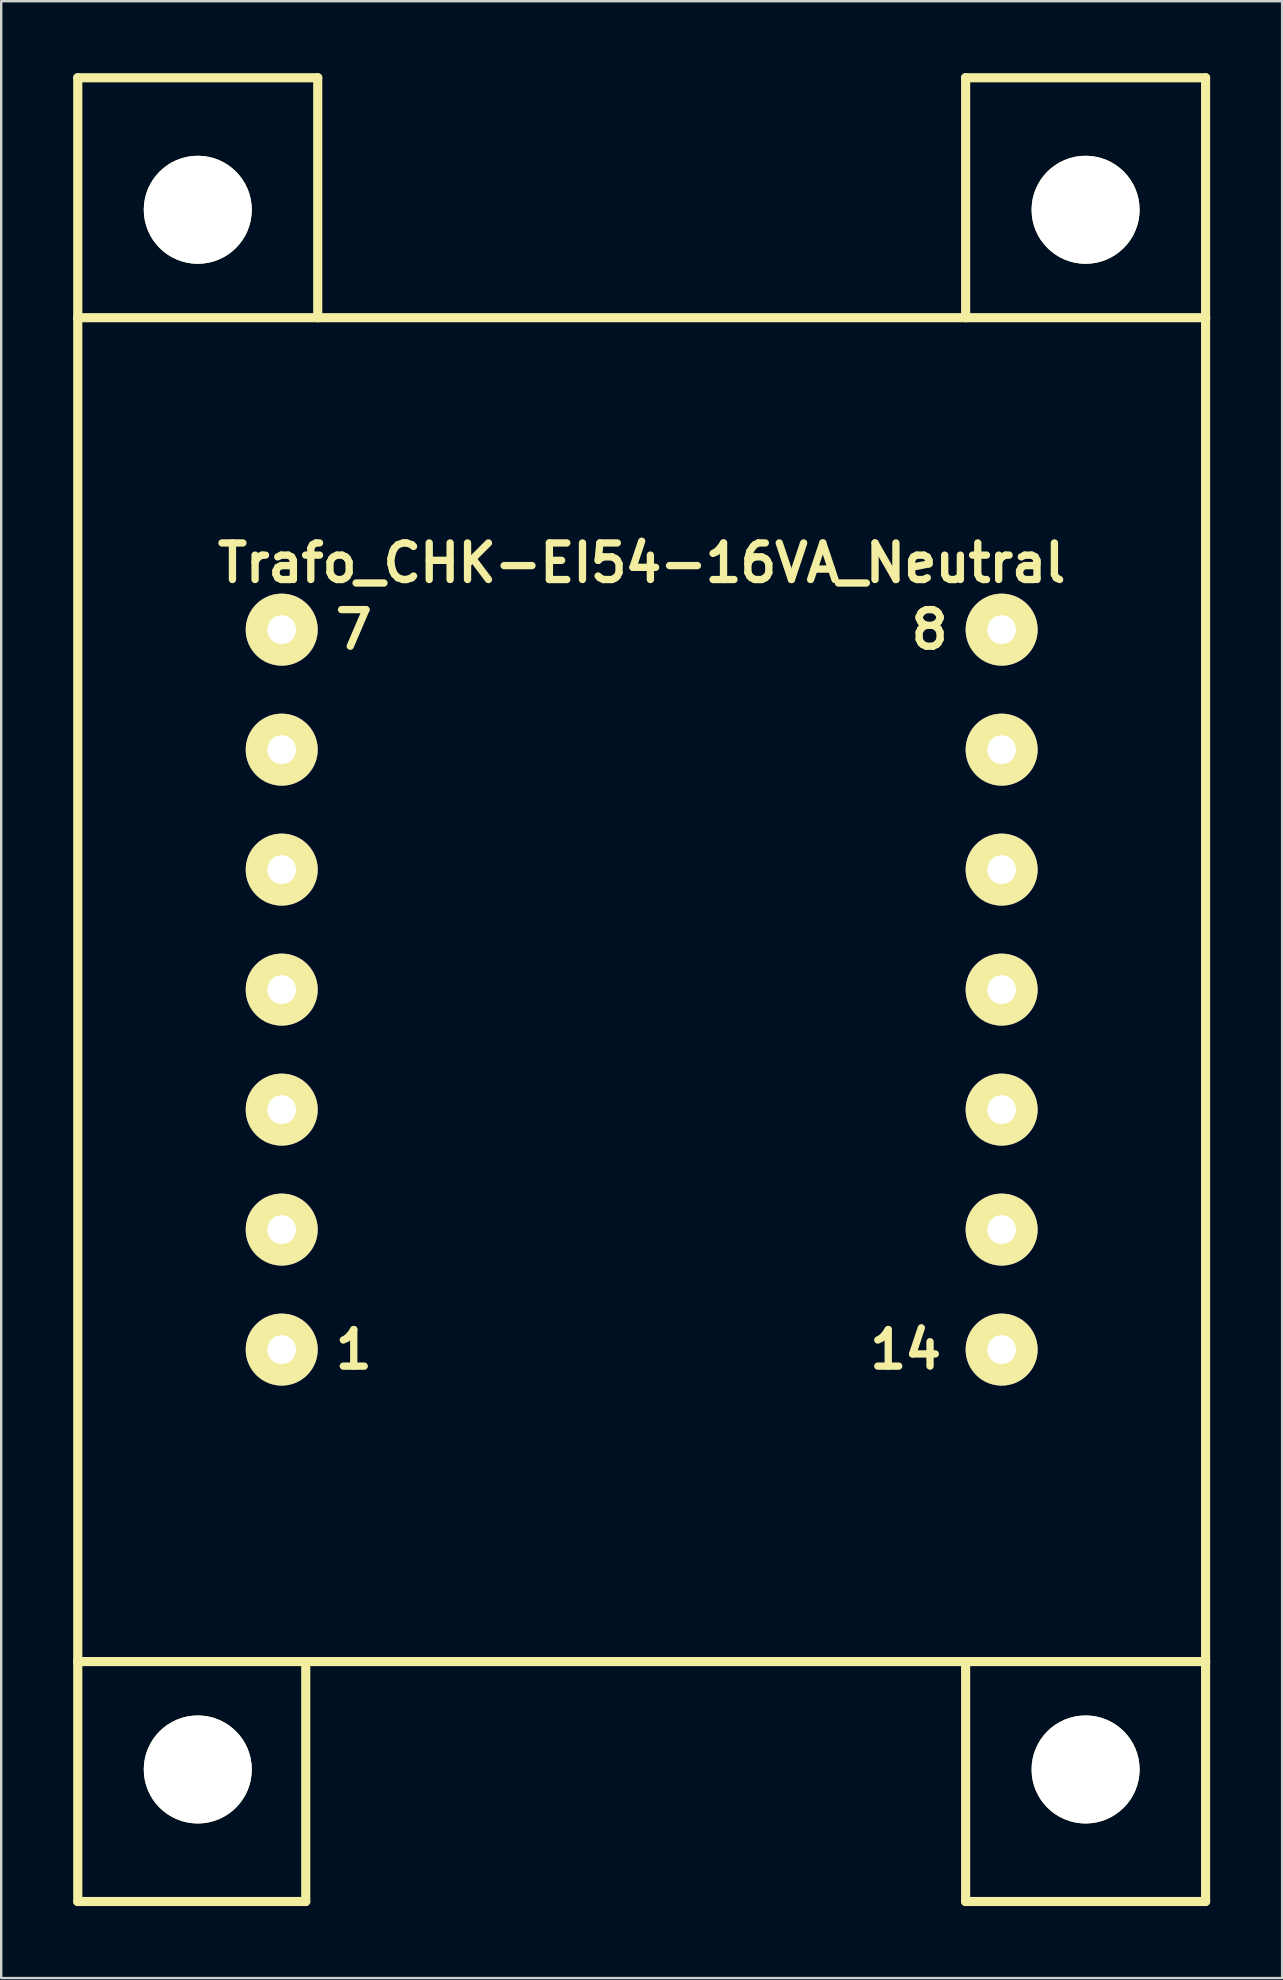
<source format=kicad_pcb>
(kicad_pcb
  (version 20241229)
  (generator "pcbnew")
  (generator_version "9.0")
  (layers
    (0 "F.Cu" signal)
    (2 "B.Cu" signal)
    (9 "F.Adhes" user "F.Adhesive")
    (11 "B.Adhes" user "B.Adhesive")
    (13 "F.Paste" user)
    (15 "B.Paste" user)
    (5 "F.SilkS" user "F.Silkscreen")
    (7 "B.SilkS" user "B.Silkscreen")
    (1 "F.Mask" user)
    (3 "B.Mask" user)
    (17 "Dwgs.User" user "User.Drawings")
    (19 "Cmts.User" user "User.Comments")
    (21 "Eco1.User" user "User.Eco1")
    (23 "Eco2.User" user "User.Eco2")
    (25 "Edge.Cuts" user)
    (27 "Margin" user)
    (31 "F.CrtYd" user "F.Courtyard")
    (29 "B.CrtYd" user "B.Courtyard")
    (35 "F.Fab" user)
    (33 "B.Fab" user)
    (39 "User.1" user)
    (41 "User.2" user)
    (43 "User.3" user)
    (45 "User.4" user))
  (footprint "Trafo_CHK-EI54-16VA_Neutral"
    (layer "F.Cu")
    (at 23.691 38.191)
    (property "Reference" "Trafo_CHK-EI54-16VA_Neutral" (at 0 -17.78 0) (layer "F.SilkS") (effects (font (size 1.524 1.524) (thickness 0.305))))
    (attr through_hole)
    (fp_line (start -23.5 -38.001) (end -13.5 -38.001) (stroke (width 0.381) (type solid)) (layer "F.SilkS"))
    (fp_line (start -23.5 -28.001) (end -23.5 -38.001) (stroke (width 0.381) (type solid)) (layer "F.SilkS"))
    (fp_line (start -23.5 -28.001) (end -23.5 28.001) (stroke (width 0.381) (type solid)) (layer "F.SilkS"))
    (fp_line (start -23.5 28.001) (end -23.5 38.001) (stroke (width 0.381) (type solid)) (layer "F.SilkS"))
    (fp_line (start -23.5 28.001) (end 23.5 28.001) (stroke (width 0.381) (type solid)) (layer "F.SilkS"))
    (fp_line (start -23.5 38.001) (end -14 38.001) (stroke (width 0.381) (type solid)) (layer "F.SilkS"))
    (fp_line (start -14 38.001) (end -14 28.001) (stroke (width 0.381) (type solid)) (layer "F.SilkS"))
    (fp_line (start -13.5 -38.001) (end -13.5 -28.001) (stroke (width 0.381) (type solid)) (layer "F.SilkS"))
    (fp_line (start 13.5 -38.001) (end 13.5 -28.001) (stroke (width 0.381) (type solid)) (layer "F.SilkS"))
    (fp_line (start 13.5 38.001) (end 13.5 28.001) (stroke (width 0.381) (type solid)) (layer "F.SilkS"))
    (fp_line (start 23.5 -38.001) (end 13.5 -38.001) (stroke (width 0.381) (type solid)) (layer "F.SilkS"))
    (fp_line (start 23.5 -28.001) (end -23.5 -28.001) (stroke (width 0.381) (type solid)) (layer "F.SilkS"))
    (fp_line (start 23.5 -28.001) (end 23.5 -38.001) (stroke (width 0.381) (type solid)) (layer "F.SilkS"))
    (fp_line (start 23.5 28.001) (end 23.5 -28.001) (stroke (width 0.381) (type solid)) (layer "F.SilkS"))
    (fp_line (start 23.5 28.001) (end 23.5 38.001) (stroke (width 0.381) (type solid)) (layer "F.SilkS"))
    (fp_line (start 23.5 38.001) (end 13.5 38.001) (stroke (width 0.381) (type solid)) (layer "F.SilkS"))
    (fp_text user "14" (at 11.001 15.001 0) (layer "F.SilkS") (effects (font (size 1.524 1.524) (thickness 0.305))))
    (fp_text user "7" (at -11.999 -15.001 0) (layer "F.SilkS") (effects (font (size 1.524 1.524) (thickness 0.305))))
    (fp_text user "1" (at -11.999 15.001 0) (layer "F.SilkS") (effects (font (size 1.524 1.524) (thickness 0.305))))
    (fp_text user "8" (at 11.999 -15.001 0) (layer "F.SilkS") (effects (font (size 1.524 1.524) (thickness 0.305))))
    (pad "" np_thru_hole circle (at -18.499 -32.499) (size 4.501 4.501) (drill 4.501) (layers "*.Cu" "*.Mask" "F.SilkS"))
    (pad "" np_thru_hole circle (at -18.499 32.499) (size 4.501 4.501) (drill 4.501) (layers "*.Cu" "*.Mask" "F.SilkS"))
    (pad "" np_thru_hole circle (at 18.499 -32.499) (size 4.501 4.501) (drill 4.501) (layers "*.Cu" "*.Mask" "F.SilkS"))
    (pad "" np_thru_hole circle (at 18.499 32.499) (size 4.501 4.501) (drill 4.501) (layers "*.Cu" "*.Mask" "F.SilkS"))
    (pad "1" thru_hole circle (at -15.001 15.001) (size 3 3) (drill 1.199) (layers "*.Cu" "*.Mask" "F.SilkS"))
    (pad "2" thru_hole circle (at -15.001 10) (size 3 3) (drill 1.199) (layers "*.Cu" "*.Mask" "F.SilkS"))
    (pad "3" thru_hole circle (at -15.001 5.001) (size 3 3) (drill 1.199) (layers "*.Cu" "*.Mask" "F.SilkS"))
    (pad "4" thru_hole circle (at -15.001 0) (size 3 3) (drill 1.199) (layers "*.Cu" "*.Mask" "F.SilkS"))
    (pad "5" thru_hole circle (at -15.001 -5.001) (size 3 3) (drill 1.199) (layers "*.Cu" "*.Mask" "F.SilkS"))
    (pad "6" thru_hole circle (at -15.001 -10) (size 3 3) (drill 1.199) (layers "*.Cu" "*.Mask" "F.SilkS"))
    (pad "7" thru_hole circle (at -15.001 -15.001) (size 3 3) (drill 1.199) (layers "*.Cu" "*.Mask" "F.SilkS"))
    (pad "8" thru_hole circle (at 15.001 -15.001) (size 3 3) (drill 1.199) (layers "*.Cu" "*.Mask" "F.SilkS"))
    (pad "9" thru_hole circle (at 15.001 -10) (size 3 3) (drill 1.199) (layers "*.Cu" "*.Mask" "F.SilkS"))
    (pad "10" thru_hole circle (at 15.001 -5.001) (size 3 3) (drill 1.199) (layers "*.Cu" "*.Mask" "F.SilkS"))
    (pad "11" thru_hole circle (at 15.001 0) (size 3 3) (drill 1.199) (layers "*.Cu" "*.Mask" "F.SilkS"))
    (pad "12" thru_hole circle (at 15.001 5.001) (size 3 3) (drill 1.199) (layers "*.Cu" "*.Mask" "F.SilkS"))
    (pad "13" thru_hole circle (at 15.001 10) (size 3 3) (drill 1.199) (layers "*.Cu" "*.Mask" "F.SilkS"))
    (pad "14" thru_hole circle (at 15.001 15.001) (size 3 3) (drill 1.199) (layers "*.Cu" "*.Mask" "F.SilkS")))
  (gr_rect
    (start -3 -3)
    (end 50.381 79.383)
    (stroke (width 0.1) (type default))
    (fill no)
    (layer "Edge.Cuts")))
</source>
